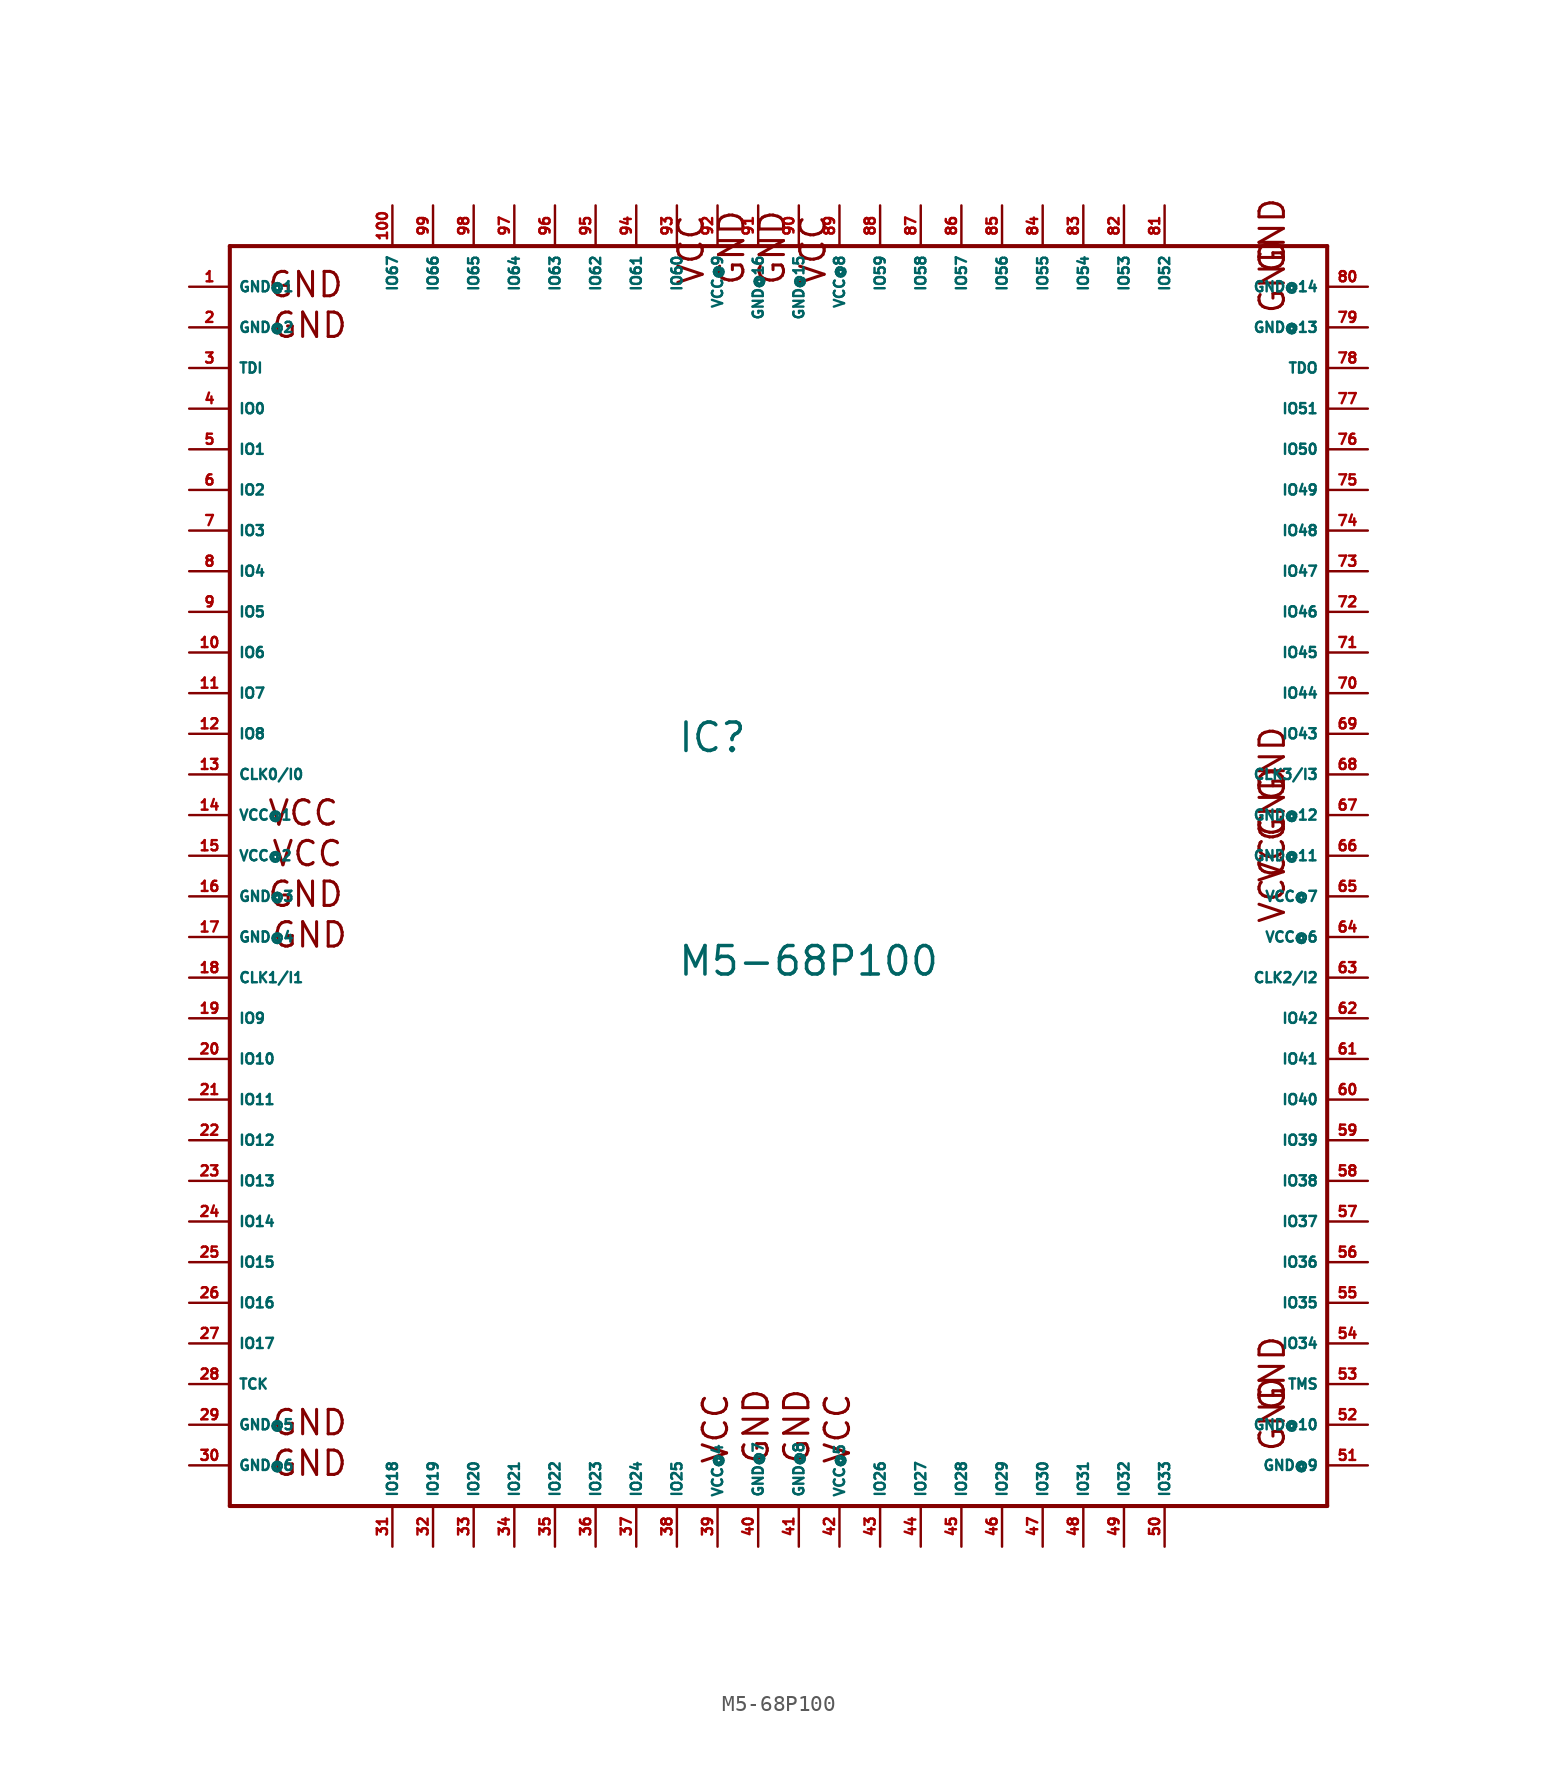
<source format=kicad_sym>
(kicad_symbol_lib
  (version 20220914)
  (generator Eagle2Kicad)
  (symbol "M5-68P100"
    (property "Reference" "IC"
      (at -5.08 6.35 0)
      (effects (font (size 1.778 1.778) (thickness 0.22)) (justify left bottom)))
    (property "Value" "M5-68P100"
      (at -5.08 -7.62 0)
      (effects (font (size 1.778 1.778) (thickness 0.22)) (justify left bottom)))
    (polyline
      (pts (xy -33.02 38.1) (xy -33.02 -40.64))
      (stroke (width 0.254) (type default))
      (fill (type none)))
    (polyline
      (pts (xy -33.02 -40.64) (xy 35.56 -40.64))
      (stroke (width 0.254) (type default))
      (fill (type none)))
    (polyline
      (pts (xy 35.56 -40.64) (xy 35.56 38.1))
      (stroke (width 0.254) (type default))
      (fill (type none)))
    (polyline
      (pts (xy 35.56 38.1) (xy -33.02 38.1))
      (stroke (width 0.254) (type default))
      (fill (type none)))
    (text "GND"
      (at -30.734 34.798 0)
      (effects (font (size 1.524 1.524) (thickness 0.19)) (justify left bottom)))
    (text "GND"
      (at -30.734 -3.302 0)
      (effects (font (size 1.524 1.524) (thickness 0.19)) (justify left bottom)))
    (text "GND"
      (at -30.48 32.258 0)
      (effects (font (size 1.524 1.524) (thickness 0.19)) (justify left bottom)))
    (text "GND"
      (at -30.48 -5.842 0)
      (effects (font (size 1.524 1.524) (thickness 0.19)) (justify left bottom)))
    (text "VCC"
      (at -30.48 -0.762 0)
      (effects (font (size 1.524 1.524) (thickness 0.19)) (justify left bottom)))
    (text "VCC"
      (at -30.734 1.778 0)
      (effects (font (size 1.524 1.524) (thickness 0.19)) (justify left bottom)))
    (text "GND"
      (at -30.48 -36.322 0)
      (effects (font (size 1.524 1.524) (thickness 0.19)) (justify left bottom)))
    (text "GND"
      (at -30.48 -38.862 0)
      (effects (font (size 1.524 1.524) (thickness 0.19)) (justify left bottom)))
    (text "GND"
      (at 0.762 -38.1 900)
      (effects (font (size 1.524 1.524) (thickness 0.19)) (justify left bottom)))
    (text "VCC"
      (at -1.778 -38.1 900)
      (effects (font (size 1.524 1.524) (thickness 0.19)) (justify left bottom)))
    (text "GND"
      (at 33.02 -37.338 1800)
      (effects (font (size 1.524 1.524) (thickness 0.19)) (justify left bottom)))
    (text "GND"
      (at 3.302 -38.1 900)
      (effects (font (size 1.524 1.524) (thickness 0.19)) (justify left bottom)))
    (text "VCC"
      (at 5.842 -38.1 900)
      (effects (font (size 1.524 1.524) (thickness 0.19)) (justify left bottom)))
    (text "GND"
      (at 33.02 -34.798 1800)
      (effects (font (size 1.524 1.524) (thickness 0.19)) (justify left bottom)))
    (text "VCC"
      (at 33.02 -4.318 1800)
      (effects (font (size 1.524 1.524) (thickness 0.19)) (justify left bottom)))
    (text "VCC"
      (at 33.02 -1.778 1800)
      (effects (font (size 1.524 1.524) (thickness 0.19)) (justify left bottom)))
    (text "GND"
      (at 33.02 0.762 1800)
      (effects (font (size 1.524 1.524) (thickness 0.19)) (justify left bottom)))
    (text "GND"
      (at 33.02 3.302 1800)
      (effects (font (size 1.524 1.524) (thickness 0.19)) (justify left bottom)))
    (text "GND"
      (at 33.02 33.782 1800)
      (effects (font (size 1.524 1.524) (thickness 0.19)) (justify left bottom)))
    (text "GND"
      (at 33.02 36.322 1800)
      (effects (font (size 1.524 1.524) (thickness 0.19)) (justify left bottom)))
    (text "GND"
      (at 1.778 35.56 2700)
      (effects (font (size 1.524 1.524) (thickness 0.19)) (justify left bottom)))
    (text "VCC"
      (at 4.318 35.56 2700)
      (effects (font (size 1.524 1.524) (thickness 0.19)) (justify left bottom)))
    (text "GND"
      (at -0.762 35.56 2700)
      (effects (font (size 1.524 1.524) (thickness 0.19)) (justify left bottom)))
    (text "VCC"
      (at -3.302 35.56 2700)
      (effects (font (size 1.524 1.524) (thickness 0.19)) (justify left bottom)))
    (pin input line
      (at -35.56 5.08 0)
      (length 2.54)
      (name "CLK0/I0" (effects (font (size 0.635 0.635) (thickness 0.08)) (justify left bottom)))
      (number "13" (effects (font (size 0.635 0.635) (thickness 0.08)) (justify left bottom))))
    (pin input line
      (at -35.56 -7.62 0)
      (length 2.54)
      (name "CLK1/I1" (effects (font (size 0.635 0.635) (thickness 0.08)) (justify left bottom)))
      (number "18" (effects (font (size 0.635 0.635) (thickness 0.08)) (justify left bottom))))
    (pin input line
      (at -35.56 30.48 0)
      (length 2.54)
      (name "TDI" (effects (font (size 0.635 0.635) (thickness 0.08)) (justify left bottom)))
      (number "3" (effects (font (size 0.635 0.635) (thickness 0.08)) (justify left bottom))))
    (pin input line
      (at -35.56 -33.02 0)
      (length 2.54)
      (name "TCK" (effects (font (size 0.635 0.635) (thickness 0.08)) (justify left bottom)))
      (number "28" (effects (font (size 0.635 0.635) (thickness 0.08)) (justify left bottom))))
    (pin input line
      (at 38.1 -33.02 180)
      (length 2.54)
      (name "TMS" (effects (font (size 0.635 0.635) (thickness 0.08)) (justify left bottom)))
      (number "53" (effects (font (size 0.635 0.635) (thickness 0.08)) (justify left bottom))))
    (pin output line
      (at 38.1 30.48 180)
      (length 2.54)
      (name "TDO" (effects (font (size 0.635 0.635) (thickness 0.08)) (justify left bottom)))
      (number "78" (effects (font (size 0.635 0.635) (thickness 0.08)) (justify left bottom))))
    (pin bidirectional line
      (at -35.56 27.94 0)
      (length 2.54)
      (name "IO0" (effects (font (size 0.635 0.635) (thickness 0.08)) (justify left bottom)))
      (number "4" (effects (font (size 0.635 0.635) (thickness 0.08)) (justify left bottom))))
    (pin bidirectional line
      (at -35.56 25.4 0)
      (length 2.54)
      (name "IO1" (effects (font (size 0.635 0.635) (thickness 0.08)) (justify left bottom)))
      (number "5" (effects (font (size 0.635 0.635) (thickness 0.08)) (justify left bottom))))
    (pin bidirectional line
      (at -35.56 22.86 0)
      (length 2.54)
      (name "IO2" (effects (font (size 0.635 0.635) (thickness 0.08)) (justify left bottom)))
      (number "6" (effects (font (size 0.635 0.635) (thickness 0.08)) (justify left bottom))))
    (pin bidirectional line
      (at -35.56 20.32 0)
      (length 2.54)
      (name "IO3" (effects (font (size 0.635 0.635) (thickness 0.08)) (justify left bottom)))
      (number "7" (effects (font (size 0.635 0.635) (thickness 0.08)) (justify left bottom))))
    (pin bidirectional line
      (at -35.56 17.78 0)
      (length 2.54)
      (name "IO4" (effects (font (size 0.635 0.635) (thickness 0.08)) (justify left bottom)))
      (number "8" (effects (font (size 0.635 0.635) (thickness 0.08)) (justify left bottom))))
    (pin bidirectional line
      (at -35.56 15.24 0)
      (length 2.54)
      (name "IO5" (effects (font (size 0.635 0.635) (thickness 0.08)) (justify left bottom)))
      (number "9" (effects (font (size 0.635 0.635) (thickness 0.08)) (justify left bottom))))
    (pin bidirectional line
      (at -35.56 12.7 0)
      (length 2.54)
      (name "IO6" (effects (font (size 0.635 0.635) (thickness 0.08)) (justify left bottom)))
      (number "10" (effects (font (size 0.635 0.635) (thickness 0.08)) (justify left bottom))))
    (pin bidirectional line
      (at -35.56 10.16 0)
      (length 2.54)
      (name "IO7" (effects (font (size 0.635 0.635) (thickness 0.08)) (justify left bottom)))
      (number "11" (effects (font (size 0.635 0.635) (thickness 0.08)) (justify left bottom))))
    (pin bidirectional line
      (at -35.56 7.62 0)
      (length 2.54)
      (name "IO8" (effects (font (size 0.635 0.635) (thickness 0.08)) (justify left bottom)))
      (number "12" (effects (font (size 0.635 0.635) (thickness 0.08)) (justify left bottom))))
    (pin bidirectional line
      (at -35.56 -10.16 0)
      (length 2.54)
      (name "IO9" (effects (font (size 0.635 0.635) (thickness 0.08)) (justify left bottom)))
      (number "19" (effects (font (size 0.635 0.635) (thickness 0.08)) (justify left bottom))))
    (pin bidirectional line
      (at -35.56 -12.7 0)
      (length 2.54)
      (name "IO10" (effects (font (size 0.635 0.635) (thickness 0.08)) (justify left bottom)))
      (number "20" (effects (font (size 0.635 0.635) (thickness 0.08)) (justify left bottom))))
    (pin bidirectional line
      (at -35.56 -15.24 0)
      (length 2.54)
      (name "IO11" (effects (font (size 0.635 0.635) (thickness 0.08)) (justify left bottom)))
      (number "21" (effects (font (size 0.635 0.635) (thickness 0.08)) (justify left bottom))))
    (pin bidirectional line
      (at -35.56 -17.78 0)
      (length 2.54)
      (name "IO12" (effects (font (size 0.635 0.635) (thickness 0.08)) (justify left bottom)))
      (number "22" (effects (font (size 0.635 0.635) (thickness 0.08)) (justify left bottom))))
    (pin bidirectional line
      (at -35.56 -20.32 0)
      (length 2.54)
      (name "IO13" (effects (font (size 0.635 0.635) (thickness 0.08)) (justify left bottom)))
      (number "23" (effects (font (size 0.635 0.635) (thickness 0.08)) (justify left bottom))))
    (pin bidirectional line
      (at -35.56 -22.86 0)
      (length 2.54)
      (name "IO14" (effects (font (size 0.635 0.635) (thickness 0.08)) (justify left bottom)))
      (number "24" (effects (font (size 0.635 0.635) (thickness 0.08)) (justify left bottom))))
    (pin bidirectional line
      (at -35.56 -25.4 0)
      (length 2.54)
      (name "IO15" (effects (font (size 0.635 0.635) (thickness 0.08)) (justify left bottom)))
      (number "25" (effects (font (size 0.635 0.635) (thickness 0.08)) (justify left bottom))))
    (pin bidirectional line
      (at -35.56 -27.94 0)
      (length 2.54)
      (name "IO16" (effects (font (size 0.635 0.635) (thickness 0.08)) (justify left bottom)))
      (number "26" (effects (font (size 0.635 0.635) (thickness 0.08)) (justify left bottom))))
    (pin bidirectional line
      (at -35.56 -30.48 0)
      (length 2.54)
      (name "IO17" (effects (font (size 0.635 0.635) (thickness 0.08)) (justify left bottom)))
      (number "27" (effects (font (size 0.635 0.635) (thickness 0.08)) (justify left bottom))))
    (pin bidirectional line
      (at -22.86 -43.18 90)
      (length 2.54)
      (name "IO18" (effects (font (size 0.635 0.635) (thickness 0.08)) (justify left bottom)))
      (number "31" (effects (font (size 0.635 0.635) (thickness 0.08)) (justify left bottom))))
    (pin bidirectional line
      (at -20.32 -43.18 90)
      (length 2.54)
      (name "IO19" (effects (font (size 0.635 0.635) (thickness 0.08)) (justify left bottom)))
      (number "32" (effects (font (size 0.635 0.635) (thickness 0.08)) (justify left bottom))))
    (pin bidirectional line
      (at -17.78 -43.18 90)
      (length 2.54)
      (name "IO20" (effects (font (size 0.635 0.635) (thickness 0.08)) (justify left bottom)))
      (number "33" (effects (font (size 0.635 0.635) (thickness 0.08)) (justify left bottom))))
    (pin bidirectional line
      (at -15.24 -43.18 90)
      (length 2.54)
      (name "IO21" (effects (font (size 0.635 0.635) (thickness 0.08)) (justify left bottom)))
      (number "34" (effects (font (size 0.635 0.635) (thickness 0.08)) (justify left bottom))))
    (pin bidirectional line
      (at -12.7 -43.18 90)
      (length 2.54)
      (name "IO22" (effects (font (size 0.635 0.635) (thickness 0.08)) (justify left bottom)))
      (number "35" (effects (font (size 0.635 0.635) (thickness 0.08)) (justify left bottom))))
    (pin bidirectional line
      (at -10.16 -43.18 90)
      (length 2.54)
      (name "IO23" (effects (font (size 0.635 0.635) (thickness 0.08)) (justify left bottom)))
      (number "36" (effects (font (size 0.635 0.635) (thickness 0.08)) (justify left bottom))))
    (pin bidirectional line
      (at -7.62 -43.18 90)
      (length 2.54)
      (name "IO24" (effects (font (size 0.635 0.635) (thickness 0.08)) (justify left bottom)))
      (number "37" (effects (font (size 0.635 0.635) (thickness 0.08)) (justify left bottom))))
    (pin bidirectional line
      (at -5.08 -43.18 90)
      (length 2.54)
      (name "IO25" (effects (font (size 0.635 0.635) (thickness 0.08)) (justify left bottom)))
      (number "38" (effects (font (size 0.635 0.635) (thickness 0.08)) (justify left bottom))))
    (pin bidirectional line
      (at 7.62 -43.18 90)
      (length 2.54)
      (name "IO26" (effects (font (size 0.635 0.635) (thickness 0.08)) (justify left bottom)))
      (number "43" (effects (font (size 0.635 0.635) (thickness 0.08)) (justify left bottom))))
    (pin bidirectional line
      (at 10.16 -43.18 90)
      (length 2.54)
      (name "IO27" (effects (font (size 0.635 0.635) (thickness 0.08)) (justify left bottom)))
      (number "44" (effects (font (size 0.635 0.635) (thickness 0.08)) (justify left bottom))))
    (pin bidirectional line
      (at 12.7 -43.18 90)
      (length 2.54)
      (name "IO28" (effects (font (size 0.635 0.635) (thickness 0.08)) (justify left bottom)))
      (number "45" (effects (font (size 0.635 0.635) (thickness 0.08)) (justify left bottom))))
    (pin bidirectional line
      (at 15.24 -43.18 90)
      (length 2.54)
      (name "IO29" (effects (font (size 0.635 0.635) (thickness 0.08)) (justify left bottom)))
      (number "46" (effects (font (size 0.635 0.635) (thickness 0.08)) (justify left bottom))))
    (pin bidirectional line
      (at 17.78 -43.18 90)
      (length 2.54)
      (name "IO30" (effects (font (size 0.635 0.635) (thickness 0.08)) (justify left bottom)))
      (number "47" (effects (font (size 0.635 0.635) (thickness 0.08)) (justify left bottom))))
    (pin bidirectional line
      (at 20.32 -43.18 90)
      (length 2.54)
      (name "IO31" (effects (font (size 0.635 0.635) (thickness 0.08)) (justify left bottom)))
      (number "48" (effects (font (size 0.635 0.635) (thickness 0.08)) (justify left bottom))))
    (pin unspecified line
      (at -35.56 35.56 0)
      (length 2.54)
      (name "GND@1" (effects (font (size 0.635 0.635) (thickness 0.08)) (justify left bottom)))
      (number "1" (effects (font (size 0.635 0.635) (thickness 0.08)) (justify left bottom))))
    (pin unspecified line
      (at -35.56 33.02 0)
      (length 2.54)
      (name "GND@2" (effects (font (size 0.635 0.635) (thickness 0.08)) (justify left bottom)))
      (number "2" (effects (font (size 0.635 0.635) (thickness 0.08)) (justify left bottom))))
    (pin unspecified line
      (at -35.56 -2.54 0)
      (length 2.54)
      (name "GND@3" (effects (font (size 0.635 0.635) (thickness 0.08)) (justify left bottom)))
      (number "16" (effects (font (size 0.635 0.635) (thickness 0.08)) (justify left bottom))))
    (pin unspecified line
      (at -35.56 -5.08 0)
      (length 2.54)
      (name "GND@4" (effects (font (size 0.635 0.635) (thickness 0.08)) (justify left bottom)))
      (number "17" (effects (font (size 0.635 0.635) (thickness 0.08)) (justify left bottom))))
    (pin unspecified line
      (at -35.56 2.54 0)
      (length 2.54)
      (name "VCC@1" (effects (font (size 0.635 0.635) (thickness 0.08)) (justify left bottom)))
      (number "14" (effects (font (size 0.635 0.635) (thickness 0.08)) (justify left bottom))))
    (pin unspecified line
      (at -35.56 0 0)
      (length 2.54)
      (name "VCC@2" (effects (font (size 0.635 0.635) (thickness 0.08)) (justify left bottom)))
      (number "15" (effects (font (size 0.635 0.635) (thickness 0.08)) (justify left bottom))))
    (pin bidirectional line
      (at 22.86 -43.18 90)
      (length 2.54)
      (name "IO32" (effects (font (size 0.635 0.635) (thickness 0.08)) (justify left bottom)))
      (number "49" (effects (font (size 0.635 0.635) (thickness 0.08)) (justify left bottom))))
    (pin bidirectional line
      (at 25.4 -43.18 90)
      (length 2.54)
      (name "IO33" (effects (font (size 0.635 0.635) (thickness 0.08)) (justify left bottom)))
      (number "50" (effects (font (size 0.635 0.635) (thickness 0.08)) (justify left bottom))))
    (pin bidirectional line
      (at 38.1 -30.48 180)
      (length 2.54)
      (name "IO34" (effects (font (size 0.635 0.635) (thickness 0.08)) (justify left bottom)))
      (number "54" (effects (font (size 0.635 0.635) (thickness 0.08)) (justify left bottom))))
    (pin bidirectional line
      (at 38.1 -27.94 180)
      (length 2.54)
      (name "IO35" (effects (font (size 0.635 0.635) (thickness 0.08)) (justify left bottom)))
      (number "55" (effects (font (size 0.635 0.635) (thickness 0.08)) (justify left bottom))))
    (pin input line
      (at 38.1 5.08 180)
      (length 2.54)
      (name "CLK3/I3" (effects (font (size 0.635 0.635) (thickness 0.08)) (justify left bottom)))
      (number "68" (effects (font (size 0.635 0.635) (thickness 0.08)) (justify left bottom))))
    (pin unspecified line
      (at -35.56 -35.56 0)
      (length 2.54)
      (name "GND@5" (effects (font (size 0.635 0.635) (thickness 0.08)) (justify left bottom)))
      (number "29" (effects (font (size 0.635 0.635) (thickness 0.08)) (justify left bottom))))
    (pin input line
      (at 38.1 -7.62 180)
      (length 2.54)
      (name "CLK2/I2" (effects (font (size 0.635 0.635) (thickness 0.08)) (justify left bottom)))
      (number "63" (effects (font (size 0.635 0.635) (thickness 0.08)) (justify left bottom))))
    (pin bidirectional line
      (at 38.1 -25.4 180)
      (length 2.54)
      (name "IO36" (effects (font (size 0.635 0.635) (thickness 0.08)) (justify left bottom)))
      (number "56" (effects (font (size 0.635 0.635) (thickness 0.08)) (justify left bottom))))
    (pin bidirectional line
      (at 38.1 -22.86 180)
      (length 2.54)
      (name "IO37" (effects (font (size 0.635 0.635) (thickness 0.08)) (justify left bottom)))
      (number "57" (effects (font (size 0.635 0.635) (thickness 0.08)) (justify left bottom))))
    (pin bidirectional line
      (at 38.1 -20.32 180)
      (length 2.54)
      (name "IO38" (effects (font (size 0.635 0.635) (thickness 0.08)) (justify left bottom)))
      (number "58" (effects (font (size 0.635 0.635) (thickness 0.08)) (justify left bottom))))
    (pin bidirectional line
      (at 38.1 -17.78 180)
      (length 2.54)
      (name "IO39" (effects (font (size 0.635 0.635) (thickness 0.08)) (justify left bottom)))
      (number "59" (effects (font (size 0.635 0.635) (thickness 0.08)) (justify left bottom))))
    (pin bidirectional line
      (at 38.1 -15.24 180)
      (length 2.54)
      (name "IO40" (effects (font (size 0.635 0.635) (thickness 0.08)) (justify left bottom)))
      (number "60" (effects (font (size 0.635 0.635) (thickness 0.08)) (justify left bottom))))
    (pin bidirectional line
      (at 38.1 -12.7 180)
      (length 2.54)
      (name "IO41" (effects (font (size 0.635 0.635) (thickness 0.08)) (justify left bottom)))
      (number "61" (effects (font (size 0.635 0.635) (thickness 0.08)) (justify left bottom))))
    (pin unspecified line
      (at -35.56 -38.1 0)
      (length 2.54)
      (name "GND@6" (effects (font (size 0.635 0.635) (thickness 0.08)) (justify left bottom)))
      (number "30" (effects (font (size 0.635 0.635) (thickness 0.08)) (justify left bottom))))
    (pin bidirectional line
      (at 38.1 -10.16 180)
      (length 2.54)
      (name "IO42" (effects (font (size 0.635 0.635) (thickness 0.08)) (justify left bottom)))
      (number "62" (effects (font (size 0.635 0.635) (thickness 0.08)) (justify left bottom))))
    (pin bidirectional line
      (at 38.1 7.62 180)
      (length 2.54)
      (name "IO43" (effects (font (size 0.635 0.635) (thickness 0.08)) (justify left bottom)))
      (number "69" (effects (font (size 0.635 0.635) (thickness 0.08)) (justify left bottom))))
    (pin bidirectional line
      (at 38.1 10.16 180)
      (length 2.54)
      (name "IO44" (effects (font (size 0.635 0.635) (thickness 0.08)) (justify left bottom)))
      (number "70" (effects (font (size 0.635 0.635) (thickness 0.08)) (justify left bottom))))
    (pin bidirectional line
      (at 38.1 12.7 180)
      (length 2.54)
      (name "IO45" (effects (font (size 0.635 0.635) (thickness 0.08)) (justify left bottom)))
      (number "71" (effects (font (size 0.635 0.635) (thickness 0.08)) (justify left bottom))))
    (pin bidirectional line
      (at 38.1 15.24 180)
      (length 2.54)
      (name "IO46" (effects (font (size 0.635 0.635) (thickness 0.08)) (justify left bottom)))
      (number "72" (effects (font (size 0.635 0.635) (thickness 0.08)) (justify left bottom))))
    (pin bidirectional line
      (at 38.1 17.78 180)
      (length 2.54)
      (name "IO47" (effects (font (size 0.635 0.635) (thickness 0.08)) (justify left bottom)))
      (number "73" (effects (font (size 0.635 0.635) (thickness 0.08)) (justify left bottom))))
    (pin unspecified line
      (at 0 -43.18 90)
      (length 2.54)
      (name "GND@7" (effects (font (size 0.635 0.635) (thickness 0.08)) (justify left bottom)))
      (number "40" (effects (font (size 0.635 0.635) (thickness 0.08)) (justify left bottom))))
    (pin unspecified line
      (at -2.54 -43.18 90)
      (length 2.54)
      (name "VCC@4" (effects (font (size 0.635 0.635) (thickness 0.08)) (justify left bottom)))
      (number "39" (effects (font (size 0.635 0.635) (thickness 0.08)) (justify left bottom))))
    (pin unspecified line
      (at 2.54 -43.18 90)
      (length 2.54)
      (name "GND@8" (effects (font (size 0.635 0.635) (thickness 0.08)) (justify left bottom)))
      (number "41" (effects (font (size 0.635 0.635) (thickness 0.08)) (justify left bottom))))
    (pin unspecified line
      (at 38.1 -38.1 180)
      (length 2.54)
      (name "GND@9" (effects (font (size 0.635 0.635) (thickness 0.08)) (justify left bottom)))
      (number "51" (effects (font (size 0.635 0.635) (thickness 0.08)) (justify left bottom))))
    (pin unspecified line
      (at 5.08 -43.18 90)
      (length 2.54)
      (name "VCC@5" (effects (font (size 0.635 0.635) (thickness 0.08)) (justify left bottom)))
      (number "42" (effects (font (size 0.635 0.635) (thickness 0.08)) (justify left bottom))))
    (pin unspecified line
      (at 38.1 -35.56 180)
      (length 2.54)
      (name "GND@10" (effects (font (size 0.635 0.635) (thickness 0.08)) (justify left bottom)))
      (number "52" (effects (font (size 0.635 0.635) (thickness 0.08)) (justify left bottom))))
    (pin unspecified line
      (at 38.1 -5.08 180)
      (length 2.54)
      (name "VCC@6" (effects (font (size 0.635 0.635) (thickness 0.08)) (justify left bottom)))
      (number "64" (effects (font (size 0.635 0.635) (thickness 0.08)) (justify left bottom))))
    (pin unspecified line
      (at 38.1 -2.54 180)
      (length 2.54)
      (name "VCC@7" (effects (font (size 0.635 0.635) (thickness 0.08)) (justify left bottom)))
      (number "65" (effects (font (size 0.635 0.635) (thickness 0.08)) (justify left bottom))))
    (pin unspecified line
      (at 38.1 0 180)
      (length 2.54)
      (name "GND@11" (effects (font (size 0.635 0.635) (thickness 0.08)) (justify left bottom)))
      (number "66" (effects (font (size 0.635 0.635) (thickness 0.08)) (justify left bottom))))
    (pin unspecified line
      (at 38.1 2.54 180)
      (length 2.54)
      (name "GND@12" (effects (font (size 0.635 0.635) (thickness 0.08)) (justify left bottom)))
      (number "67" (effects (font (size 0.635 0.635) (thickness 0.08)) (justify left bottom))))
    (pin bidirectional line
      (at 38.1 20.32 180)
      (length 2.54)
      (name "IO48" (effects (font (size 0.635 0.635) (thickness 0.08)) (justify left bottom)))
      (number "74" (effects (font (size 0.635 0.635) (thickness 0.08)) (justify left bottom))))
    (pin bidirectional line
      (at 38.1 22.86 180)
      (length 2.54)
      (name "IO49" (effects (font (size 0.635 0.635) (thickness 0.08)) (justify left bottom)))
      (number "75" (effects (font (size 0.635 0.635) (thickness 0.08)) (justify left bottom))))
    (pin bidirectional line
      (at 38.1 25.4 180)
      (length 2.54)
      (name "IO50" (effects (font (size 0.635 0.635) (thickness 0.08)) (justify left bottom)))
      (number "76" (effects (font (size 0.635 0.635) (thickness 0.08)) (justify left bottom))))
    (pin bidirectional line
      (at 38.1 27.94 180)
      (length 2.54)
      (name "IO51" (effects (font (size 0.635 0.635) (thickness 0.08)) (justify left bottom)))
      (number "77" (effects (font (size 0.635 0.635) (thickness 0.08)) (justify left bottom))))
    (pin bidirectional line
      (at 25.4 40.64 270)
      (length 2.54)
      (name "IO52" (effects (font (size 0.635 0.635) (thickness 0.08)) (justify left bottom)))
      (number "81" (effects (font (size 0.635 0.635) (thickness 0.08)) (justify left bottom))))
    (pin bidirectional line
      (at 22.86 40.64 270)
      (length 2.54)
      (name "IO53" (effects (font (size 0.635 0.635) (thickness 0.08)) (justify left bottom)))
      (number "82" (effects (font (size 0.635 0.635) (thickness 0.08)) (justify left bottom))))
    (pin bidirectional line
      (at 20.32 40.64 270)
      (length 2.54)
      (name "IO54" (effects (font (size 0.635 0.635) (thickness 0.08)) (justify left bottom)))
      (number "83" (effects (font (size 0.635 0.635) (thickness 0.08)) (justify left bottom))))
    (pin bidirectional line
      (at 17.78 40.64 270)
      (length 2.54)
      (name "IO55" (effects (font (size 0.635 0.635) (thickness 0.08)) (justify left bottom)))
      (number "84" (effects (font (size 0.635 0.635) (thickness 0.08)) (justify left bottom))))
    (pin unspecified line
      (at 38.1 33.02 180)
      (length 2.54)
      (name "GND@13" (effects (font (size 0.635 0.635) (thickness 0.08)) (justify left bottom)))
      (number "79" (effects (font (size 0.635 0.635) (thickness 0.08)) (justify left bottom))))
    (pin unspecified line
      (at 38.1 35.56 180)
      (length 2.54)
      (name "GND@14" (effects (font (size 0.635 0.635) (thickness 0.08)) (justify left bottom)))
      (number "80" (effects (font (size 0.635 0.635) (thickness 0.08)) (justify left bottom))))
    (pin bidirectional line
      (at 15.24 40.64 270)
      (length 2.54)
      (name "IO56" (effects (font (size 0.635 0.635) (thickness 0.08)) (justify left bottom)))
      (number "85" (effects (font (size 0.635 0.635) (thickness 0.08)) (justify left bottom))))
    (pin bidirectional line
      (at 12.7 40.64 270)
      (length 2.54)
      (name "IO57" (effects (font (size 0.635 0.635) (thickness 0.08)) (justify left bottom)))
      (number "86" (effects (font (size 0.635 0.635) (thickness 0.08)) (justify left bottom))))
    (pin bidirectional line
      (at 10.16 40.64 270)
      (length 2.54)
      (name "IO58" (effects (font (size 0.635 0.635) (thickness 0.08)) (justify left bottom)))
      (number "87" (effects (font (size 0.635 0.635) (thickness 0.08)) (justify left bottom))))
    (pin bidirectional line
      (at 7.62 40.64 270)
      (length 2.54)
      (name "IO59" (effects (font (size 0.635 0.635) (thickness 0.08)) (justify left bottom)))
      (number "88" (effects (font (size 0.635 0.635) (thickness 0.08)) (justify left bottom))))
    (pin bidirectional line
      (at -5.08 40.64 270)
      (length 2.54)
      (name "IO60" (effects (font (size 0.635 0.635) (thickness 0.08)) (justify left bottom)))
      (number "93" (effects (font (size 0.635 0.635) (thickness 0.08)) (justify left bottom))))
    (pin bidirectional line
      (at -7.62 40.64 270)
      (length 2.54)
      (name "IO61" (effects (font (size 0.635 0.635) (thickness 0.08)) (justify left bottom)))
      (number "94" (effects (font (size 0.635 0.635) (thickness 0.08)) (justify left bottom))))
    (pin bidirectional line
      (at -10.16 40.64 270)
      (length 2.54)
      (name "IO62" (effects (font (size 0.635 0.635) (thickness 0.08)) (justify left bottom)))
      (number "95" (effects (font (size 0.635 0.635) (thickness 0.08)) (justify left bottom))))
    (pin bidirectional line
      (at -12.7 40.64 270)
      (length 2.54)
      (name "IO63" (effects (font (size 0.635 0.635) (thickness 0.08)) (justify left bottom)))
      (number "96" (effects (font (size 0.635 0.635) (thickness 0.08)) (justify left bottom))))
    (pin unspecified line
      (at 2.54 40.64 270)
      (length 2.54)
      (name "GND@15" (effects (font (size 0.635 0.635) (thickness 0.08)) (justify left bottom)))
      (number "90" (effects (font (size 0.635 0.635) (thickness 0.08)) (justify left bottom))))
    (pin unspecified line
      (at 5.08 40.64 270)
      (length 2.54)
      (name "VCC@8" (effects (font (size 0.635 0.635) (thickness 0.08)) (justify left bottom)))
      (number "89" (effects (font (size 0.635 0.635) (thickness 0.08)) (justify left bottom))))
    (pin unspecified line
      (at 0 40.64 270)
      (length 2.54)
      (name "GND@16" (effects (font (size 0.635 0.635) (thickness 0.08)) (justify left bottom)))
      (number "91" (effects (font (size 0.635 0.635) (thickness 0.08)) (justify left bottom))))
    (pin unspecified line
      (at -2.54 40.64 270)
      (length 2.54)
      (name "VCC@9" (effects (font (size 0.635 0.635) (thickness 0.08)) (justify left bottom)))
      (number "92" (effects (font (size 0.635 0.635) (thickness 0.08)) (justify left bottom))))
    (pin bidirectional line
      (at -15.24 40.64 270)
      (length 2.54)
      (name "IO64" (effects (font (size 0.635 0.635) (thickness 0.08)) (justify left bottom)))
      (number "97" (effects (font (size 0.635 0.635) (thickness 0.08)) (justify left bottom))))
    (pin bidirectional line
      (at -17.78 40.64 270)
      (length 2.54)
      (name "IO65" (effects (font (size 0.635 0.635) (thickness 0.08)) (justify left bottom)))
      (number "98" (effects (font (size 0.635 0.635) (thickness 0.08)) (justify left bottom))))
    (pin bidirectional line
      (at -20.32 40.64 270)
      (length 2.54)
      (name "IO66" (effects (font (size 0.635 0.635) (thickness 0.08)) (justify left bottom)))
      (number "99" (effects (font (size 0.635 0.635) (thickness 0.08)) (justify left bottom))))
    (pin bidirectional line
      (at -22.86 40.64 270)
      (length 2.54)
      (name "IO67" (effects (font (size 0.635 0.635) (thickness 0.08)) (justify left bottom)))
      (number "100" (effects (font (size 0.635 0.635) (thickness 0.08)) (justify left bottom))))))
</source>
